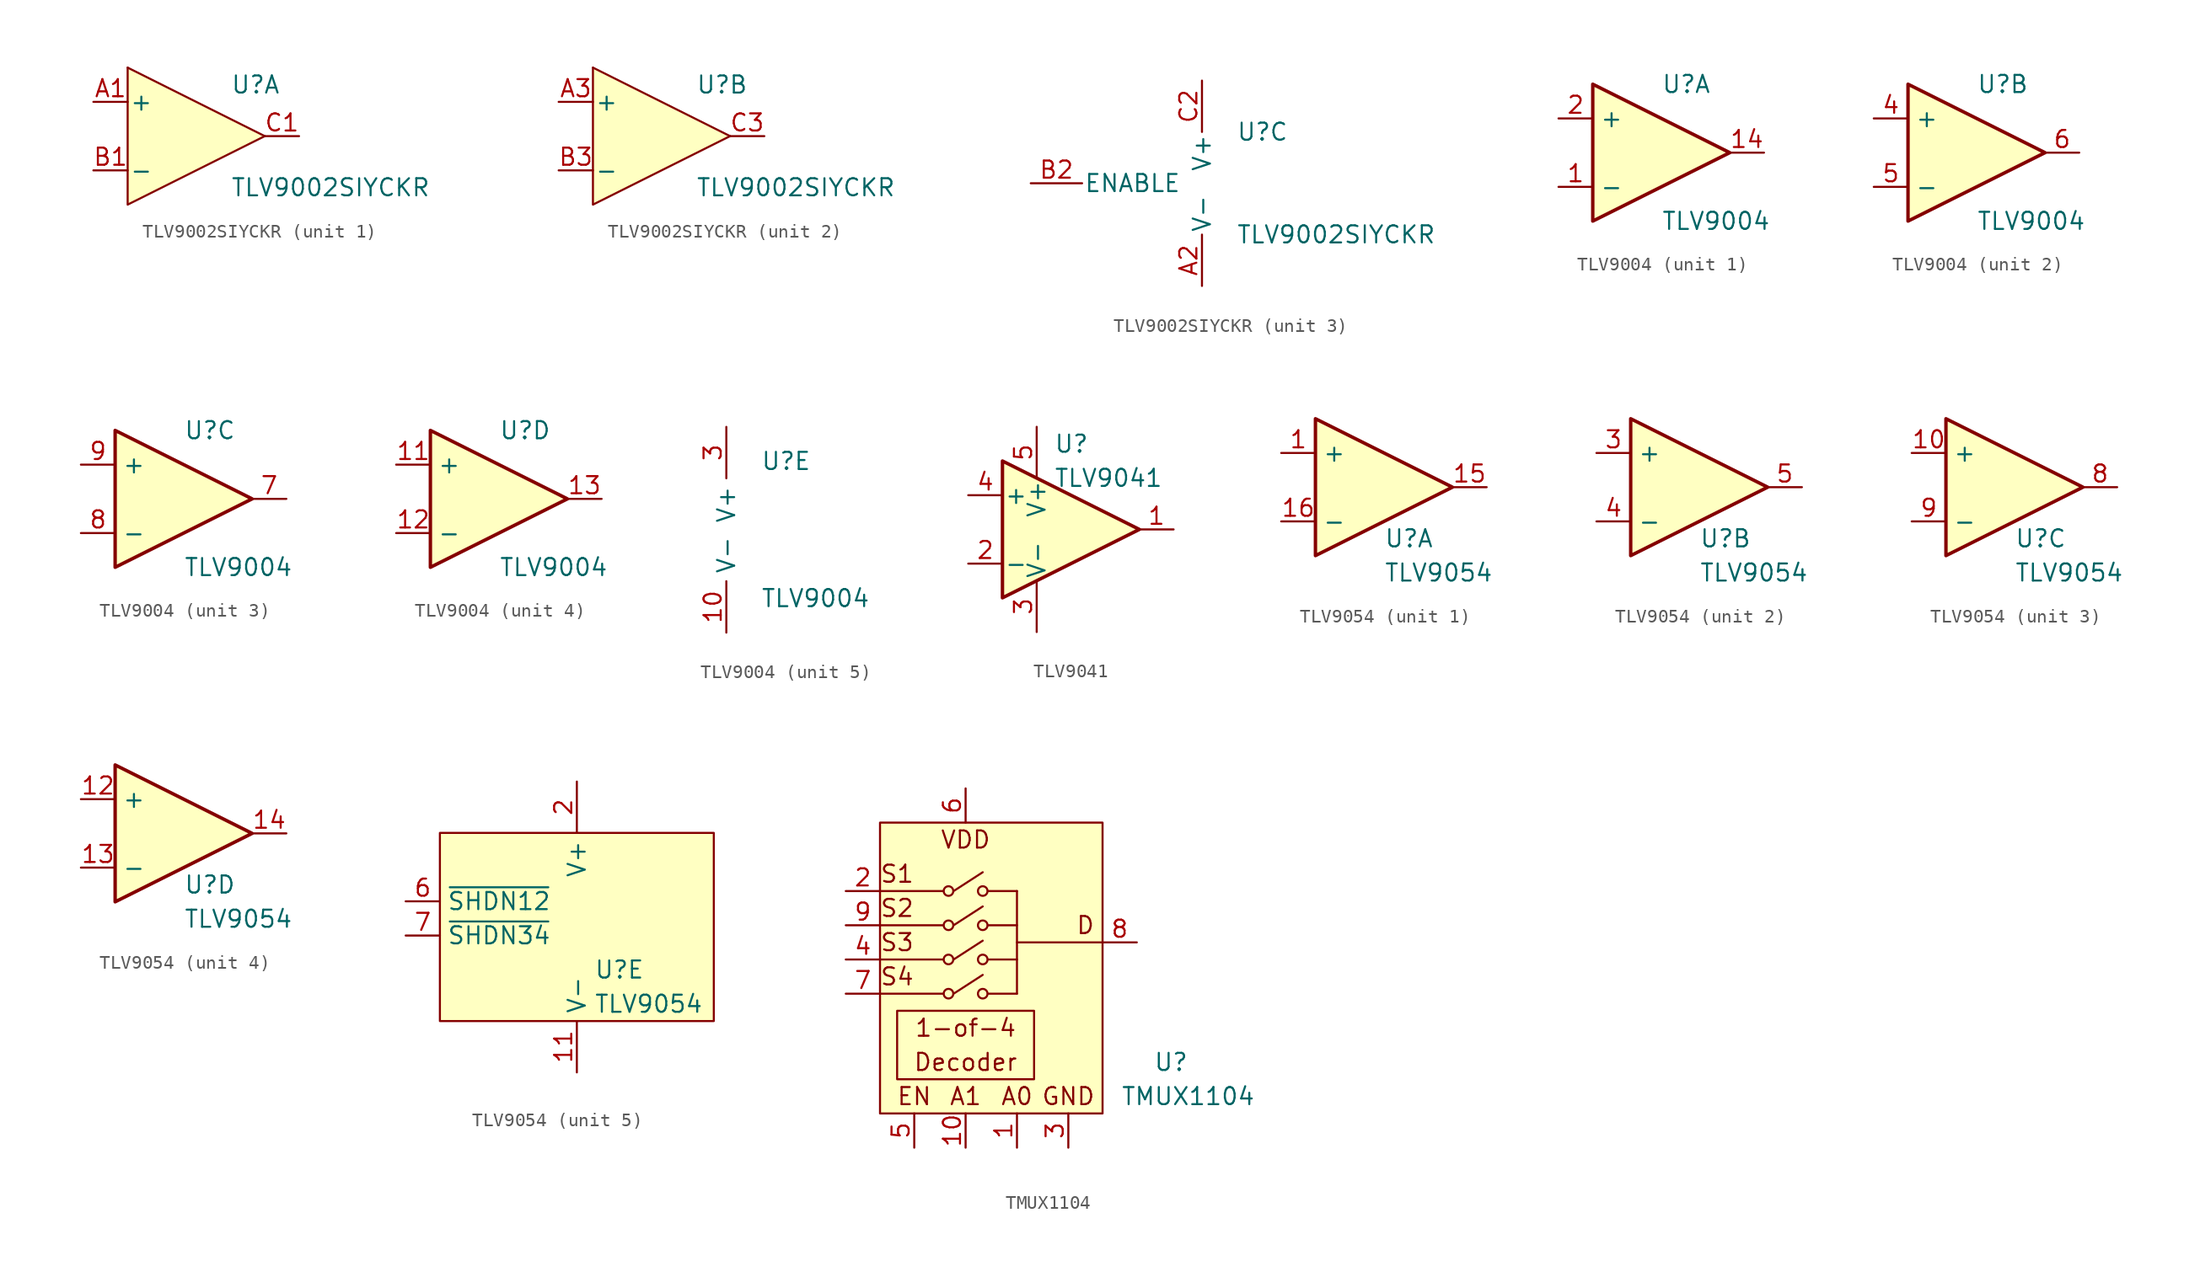
<source format=kicad_sym>
(kicad_symbol_lib
  (version 20220914)
  (generator kicad_symbol_editor)
  (symbol "TLV9002SIYCKR"
    (pin_names
      (offset 0.127))
    (property "Reference" "U"
      (at 2.54 3.81 0)
      (effects (font (size 1.27 1.27)) (justify left)))
    (property "Value" "TLV9002SIYCKR"
      (at 2.54 -3.81 0)
      (effects (font (size 1.27 1.27)) (justify left)))
    (property "ki_locked" ""
      (at 0 0 0)
      (effects (font (size 1.27 1.27))))
    (symbol "TLV9002SIYCKR_1_1"
      (polyline (pts (xy -5.08 5.08) (xy 5.08 0)) (stroke (width 0) (type solid)) (fill (type background)))
      (polyline (pts (xy -5.08 5.08) (xy -5.08 -5.08) (xy 5.08 0)) (stroke (width 0) (type solid)) (fill (type background)))
      (pin input line (at -7.62 2.54 0) (length 2.54) (name "+" (effects (font (size 1.27 1.27)))) (number "A1" (effects (font (size 1.27 1.27)))))
      (pin input line (at -7.62 -2.54 0) (length 2.54) (name "-" (effects (font (size 1.27 1.27)))) (number "B1" (effects (font (size 1.27 1.27)))))
      (pin output line (at 7.62 0 180) (length 2.54) (name "~" (effects (font (size 1.27 1.27)))) (number "C1" (effects (font (size 1.27 1.27))))))
    (symbol "TLV9002SIYCKR_2_1"
      (polyline (pts (xy -5.08 5.08) (xy 5.08 0)) (stroke (width 0) (type solid)) (fill (type background)))
      (polyline (pts (xy -5.08 5.08) (xy -5.08 -5.08) (xy 5.08 0)) (stroke (width 0) (type solid)) (fill (type background)))
      (pin input line (at -7.62 2.54 0) (length 2.54) (name "+" (effects (font (size 1.27 1.27)))) (number "A3" (effects (font (size 1.27 1.27)))))
      (pin input line (at -7.62 -2.54 0) (length 2.54) (name "-" (effects (font (size 1.27 1.27)))) (number "B3" (effects (font (size 1.27 1.27)))))
      (pin output line (at 7.62 0 180) (length 2.54) (name "~" (effects (font (size 1.27 1.27)))) (number "C3" (effects (font (size 1.27 1.27))))))
    (symbol "TLV9002SIYCKR_3_1"
      (pin power_in line (at 0 -7.62 90) (length 3.81) (name "V-" (effects (font (size 1.27 1.27)))) (number "A2" (effects (font (size 1.27 1.27)))))
      (pin input line (at -12.7 0 0) (length 3.81) (name "ENABLE" (effects (font (size 1.27 1.27)))) (number "B2" (effects (font (size 1.27 1.27)))))
      (pin power_in line (at 0 7.62 270) (length 3.81) (name "V+" (effects (font (size 1.27 1.27)))) (number "C2" (effects (font (size 1.27 1.27)))))))
  (symbol "TLV9004"
    (property "Reference" "U"
      (at 0 5.08 0)
      (effects (font (size 1.27 1.27)) (justify left)))
    (property "Value" "TLV9004"
      (at 0 -5.08 0)
      (effects (font (size 1.27 1.27)) (justify left)))
    (property "ki_locked" ""
      (at 0 0 0)
      (effects (font (size 1.27 1.27))))
    (symbol "TLV9004_1_1"
      (polyline (pts (xy -5.08 5.08) (xy 5.08 0) (xy -5.08 -5.08) (xy -5.08 5.08)) (stroke (width 0.254) (type solid)) (fill (type background)))
      (pin input line (at -7.62 -2.54 0) (length 2.54) (name "-" (effects (font (size 1.27 1.27)))) (number "1" (effects (font (size 1.27 1.27)))))
      (pin output line (at 7.62 0 180) (length 2.54) (name "~" (effects (font (size 1.27 1.27)))) (number "14" (effects (font (size 1.27 1.27)))))
      (pin input line (at -7.62 2.54 0) (length 2.54) (name "+" (effects (font (size 1.27 1.27)))) (number "2" (effects (font (size 1.27 1.27))))))
    (symbol "TLV9004_2_1"
      (polyline (pts (xy -5.08 5.08) (xy 5.08 0) (xy -5.08 -5.08) (xy -5.08 5.08)) (stroke (width 0.254) (type solid)) (fill (type background)))
      (pin input line (at -7.62 2.54 0) (length 2.54) (name "+" (effects (font (size 1.27 1.27)))) (number "4" (effects (font (size 1.27 1.27)))))
      (pin input line (at -7.62 -2.54 0) (length 2.54) (name "-" (effects (font (size 1.27 1.27)))) (number "5" (effects (font (size 1.27 1.27)))))
      (pin output line (at 7.62 0 180) (length 2.54) (name "~" (effects (font (size 1.27 1.27)))) (number "6" (effects (font (size 1.27 1.27))))))
    (symbol "TLV9004_3_1"
      (polyline (pts (xy -5.08 5.08) (xy 5.08 0) (xy -5.08 -5.08) (xy -5.08 5.08)) (stroke (width 0.254) (type solid)) (fill (type background)))
      (pin output line (at 7.62 0 180) (length 2.54) (name "~" (effects (font (size 1.27 1.27)))) (number "7" (effects (font (size 1.27 1.27)))))
      (pin input line (at -7.62 -2.54 0) (length 2.54) (name "-" (effects (font (size 1.27 1.27)))) (number "8" (effects (font (size 1.27 1.27)))))
      (pin input line (at -7.62 2.54 0) (length 2.54) (name "+" (effects (font (size 1.27 1.27)))) (number "9" (effects (font (size 1.27 1.27))))))
    (symbol "TLV9004_4_1"
      (polyline (pts (xy -5.08 5.08) (xy 5.08 0) (xy -5.08 -5.08) (xy -5.08 5.08)) (stroke (width 0.254) (type solid)) (fill (type background)))
      (pin input line (at -7.62 2.54 0) (length 2.54) (name "+" (effects (font (size 1.27 1.27)))) (number "11" (effects (font (size 1.27 1.27)))))
      (pin input line (at -7.62 -2.54 0) (length 2.54) (name "-" (effects (font (size 1.27 1.27)))) (number "12" (effects (font (size 1.27 1.27)))))
      (pin output line (at 7.62 0 180) (length 2.54) (name "~" (effects (font (size 1.27 1.27)))) (number "13" (effects (font (size 1.27 1.27))))))
    (symbol "TLV9004_5_1"
      (pin power_in line (at -2.54 -7.62 90) (length 3.81) (name "V-" (effects (font (size 1.27 1.27)))) (number "10" (effects (font (size 1.27 1.27)))))
      (pin power_in line (at -2.54 7.62 270) (length 3.81) (name "V+" (effects (font (size 1.27 1.27)))) (number "3" (effects (font (size 1.27 1.27)))))))
  (symbol "TLV9041"
    (pin_names
      (offset 0.127))
    (property "Reference" "U"
      (at -1.27 6.35 0)
      (effects (font (size 1.27 1.27)) (justify left)))
    (property "Value" "TLV9041"
      (at -1.27 3.81 0)
      (effects (font (size 1.27 1.27)) (justify left)))
    (symbol "TLV9041_0_1"
      (polyline (pts (xy -5.08 5.08) (xy 5.08 0) (xy -5.08 -5.08) (xy -5.08 5.08)) (stroke (width 0.254) (type solid)) (fill (type background)))
      (pin power_in line (at -2.54 -7.62 90) (length 3.81) (name "V-" (effects (font (size 1.27 1.27)))) (number "3" (effects (font (size 1.27 1.27)))))
      (pin power_in line (at -2.54 7.62 270) (length 3.81) (name "V+" (effects (font (size 1.27 1.27)))) (number "5" (effects (font (size 1.27 1.27))))))
    (symbol "TLV9041_1_1"
      (pin output line (at 7.62 0 180) (length 2.54) (name "~" (effects (font (size 1.27 1.27)))) (number "1" (effects (font (size 1.27 1.27)))))
      (pin input line (at -7.62 -2.54 0) (length 2.54) (name "-" (effects (font (size 1.27 1.27)))) (number "2" (effects (font (size 1.27 1.27)))))
      (pin input line (at -7.62 2.54 0) (length 2.54) (name "+" (effects (font (size 1.27 1.27)))) (number "4" (effects (font (size 1.27 1.27)))))))
  (symbol "TLV9054"
    (property "Reference" "U"
      (at 0 -3.81 0)
      (effects (font (size 1.27 1.27)) (justify left)))
    (property "Value" "TLV9054"
      (at 0 -6.35 0)
      (effects (font (size 1.27 1.27)) (justify left)))
    (property "ki_locked" ""
      (at 0 0 0)
      (effects (font (size 1.27 1.27))))
    (symbol "TLV9054_1_1"
      (polyline (pts (xy -5.08 5.08) (xy 5.08 0) (xy -5.08 -5.08) (xy -5.08 5.08)) (stroke (width 0.254) (type solid)) (fill (type background)))
      (pin input line (at -7.62 2.54 0) (length 2.54) (name "+" (effects (font (size 1.27 1.27)))) (number "1" (effects (font (size 1.27 1.27)))))
      (pin output line (at 7.62 0 180) (length 2.54) (name "~" (effects (font (size 1.27 1.27)))) (number "15" (effects (font (size 1.27 1.27)))))
      (pin input line (at -7.62 -2.54 0) (length 2.54) (name "-" (effects (font (size 1.27 1.27)))) (number "16" (effects (font (size 1.27 1.27))))))
    (symbol "TLV9054_2_1"
      (polyline (pts (xy -5.08 5.08) (xy 5.08 0) (xy -5.08 -5.08) (xy -5.08 5.08)) (stroke (width 0.254) (type solid)) (fill (type background)))
      (pin input line (at -7.62 2.54 0) (length 2.54) (name "+" (effects (font (size 1.27 1.27)))) (number "3" (effects (font (size 1.27 1.27)))))
      (pin input line (at -7.62 -2.54 0) (length 2.54) (name "-" (effects (font (size 1.27 1.27)))) (number "4" (effects (font (size 1.27 1.27)))))
      (pin output line (at 7.62 0 180) (length 2.54) (name "~" (effects (font (size 1.27 1.27)))) (number "5" (effects (font (size 1.27 1.27))))))
    (symbol "TLV9054_3_1"
      (polyline (pts (xy -5.08 5.08) (xy 5.08 0) (xy -5.08 -5.08) (xy -5.08 5.08)) (stroke (width 0.254) (type solid)) (fill (type background)))
      (pin input line (at -7.62 2.54 0) (length 2.54) (name "+" (effects (font (size 1.27 1.27)))) (number "10" (effects (font (size 1.27 1.27)))))
      (pin output line (at 7.62 0 180) (length 2.54) (name "~" (effects (font (size 1.27 1.27)))) (number "8" (effects (font (size 1.27 1.27)))))
      (pin input line (at -7.62 -2.54 0) (length 2.54) (name "-" (effects (font (size 1.27 1.27)))) (number "9" (effects (font (size 1.27 1.27))))))
    (symbol "TLV9054_4_1"
      (polyline (pts (xy -5.08 5.08) (xy 5.08 0) (xy -5.08 -5.08) (xy -5.08 5.08)) (stroke (width 0.254) (type solid)) (fill (type background)))
      (pin input line (at -7.62 2.54 0) (length 2.54) (name "+" (effects (font (size 1.27 1.27)))) (number "12" (effects (font (size 1.27 1.27)))))
      (pin input line (at -7.62 -2.54 0) (length 2.54) (name "-" (effects (font (size 1.27 1.27)))) (number "13" (effects (font (size 1.27 1.27)))))
      (pin output line (at 7.62 0 180) (length 2.54) (name "~" (effects (font (size 1.27 1.27)))) (number "14" (effects (font (size 1.27 1.27))))))
    (symbol "TLV9054_5_1"
      (rectangle (start -11.43 6.35) (end 8.89 -7.62) (stroke (width 0) (type solid)) (fill (type background)))
      (pin power_in line (at -1.27 -11.43 90) (length 3.81) (name "V-" (effects (font (size 1.27 1.27)))) (number "11" (effects (font (size 1.27 1.27)))))
      (pin passive line (at -1.27 -11.43 90) (length 3.81) hide (name "EP" (effects (font (size 1.016 1.016)))) (number "17" (effects (font (size 1.016 1.016)))))
      (pin power_in line (at -1.27 10.16 270) (length 3.81) (name "V+" (effects (font (size 1.27 1.27)))) (number "2" (effects (font (size 1.27 1.27)))))
      (pin input line (at -13.97 1.27 0) (length 2.54) (name "~{SHDN12}" (effects (font (size 1.27 1.27)))) (number "6" (effects (font (size 1.27 1.27)))))
      (pin input line (at -13.97 -1.27 0) (length 2.54) (name "~{SHDN34}" (effects (font (size 1.27 1.27)))) (number "7" (effects (font (size 1.27 1.27)))))))
  (symbol "TMUX1104"
    (pin_names
      (offset 1.016))
    (property "Reference" "U"
      (at 15.24 -8.89 0)
      (effects (font (size 1.27 1.27))))
    (property "Value" "TMUX1104"
      (at 16.51 -11.43 0)
      (effects (font (size 1.27 1.27))))
    (symbol "TMUX1104_0_0"
      (rectangle (start -6.35 8.89) (end 10.16 -12.7) (stroke (width 0) (type solid)) (fill (type background)))
      (rectangle (start -5.08 -5.08) (end 5.08 -10.16) (stroke (width 0) (type solid)) (fill (type none)))
      (circle (center -1.27 3.81) (radius 0.356) (stroke (width 0) (type solid)) (fill (type none)))
      (polyline (pts (xy -6.35 3.81) (xy -1.651 3.81)) (stroke (width 0) (type solid)) (fill (type none)))
      (polyline (pts (xy -0.889 3.81) (xy 1.27 5.207)) (stroke (width 0) (type solid)) (fill (type none)))
      (polyline (pts (xy 1.651 3.81) (xy 3.81 3.81)) (stroke (width 0) (type solid)) (fill (type none)))
      (polyline (pts (xy 3.81 0) (xy 10.16 0)) (stroke (width 0) (type solid)) (fill (type none)))
      (polyline (pts (xy 3.81 3.81) (xy 3.81 -3.81)) (stroke (width 0) (type solid)) (fill (type none)))
      (circle (center 1.27 3.81) (radius 0.356) (stroke (width 0) (type solid)) (fill (type none)))
      (text "1-of-4" (at 0 -6.35 0) (effects (font (size 1.27 1.27))))
      (text "A0" (at 3.81 -11.43 0) (effects (font (size 1.27 1.27))))
      (text "A1" (at 0 -11.43 0) (effects (font (size 1.27 1.27))))
      (text "D" (at 8.89 1.27 0) (effects (font (size 1.27 1.27))))
      (text "Decoder" (at 0 -8.89 0) (effects (font (size 1.27 1.27))))
      (text "EN" (at -3.81 -11.43 0) (effects (font (size 1.27 1.27))))
      (text "GND" (at 7.62 -11.43 0) (effects (font (size 1.27 1.27))))
      (text "S1" (at -5.08 5.08 0) (effects (font (size 1.27 1.27))))
      (text "S2" (at -5.08 2.54 0) (effects (font (size 1.27 1.27))))
      (text "S3" (at -5.08 0 0) (effects (font (size 1.27 1.27))))
      (text "S4" (at -5.08 -2.54 0) (effects (font (size 1.27 1.27))))
      (text "VDD" (at 0 7.62 0) (effects (font (size 1.27 1.27)))))
    (symbol "TMUX1104_1_1"
      (circle (center -1.27 -3.81) (radius 0.356) (stroke (width 0) (type solid)) (fill (type none)))
      (circle (center -1.27 -1.27) (radius 0.356) (stroke (width 0) (type solid)) (fill (type none)))
      (circle (center -1.27 1.27) (radius 0.356) (stroke (width 0) (type solid)) (fill (type none)))
      (polyline (pts (xy -6.35 -3.81) (xy -1.651 -3.81)) (stroke (width 0) (type solid)) (fill (type none)))
      (polyline (pts (xy -6.35 -1.27) (xy -1.651 -1.27)) (stroke (width 0) (type solid)) (fill (type none)))
      (polyline (pts (xy -6.35 1.27) (xy -1.651 1.27)) (stroke (width 0) (type solid)) (fill (type none)))
      (polyline (pts (xy -0.889 -3.81) (xy 1.27 -2.413)) (stroke (width 0) (type solid)) (fill (type none)))
      (polyline (pts (xy -0.889 -1.27) (xy 1.27 0.127)) (stroke (width 0) (type solid)) (fill (type none)))
      (polyline (pts (xy -0.889 1.27) (xy 1.27 2.667)) (stroke (width 0) (type solid)) (fill (type none)))
      (polyline (pts (xy 1.651 -3.81) (xy 3.81 -3.81)) (stroke (width 0) (type solid)) (fill (type none)))
      (polyline (pts (xy 1.651 -1.27) (xy 3.81 -1.27)) (stroke (width 0) (type solid)) (fill (type none)))
      (polyline (pts (xy 1.651 1.27) (xy 3.81 1.27)) (stroke (width 0) (type solid)) (fill (type none)))
      (circle (center 1.27 -3.81) (radius 0.356) (stroke (width 0) (type solid)) (fill (type none)))
      (circle (center 1.27 -1.27) (radius 0.356) (stroke (width 0) (type solid)) (fill (type none)))
      (circle (center 1.27 1.27) (radius 0.356) (stroke (width 0) (type solid)) (fill (type none)))
      (pin input line (at 3.81 -15.24 90) (length 2.54) (name "A0" (effects (font (size 0 0)))) (number "1" (effects (font (size 1.27 1.27)))))
      (pin input line (at 0 -15.24 90) (length 2.54) (name "A1" (effects (font (size 0 0)))) (number "10" (effects (font (size 1.27 1.27)))))
      (pin bidirectional line (at -8.89 3.81 0) (length 2.54) (name "S1" (effects (font (size 0 0)))) (number "2" (effects (font (size 1.27 1.27)))))
      (pin power_in line (at 7.62 -15.24 90) (length 2.54) (name "GND" (effects (font (size 0 0)))) (number "3" (effects (font (size 1.27 1.27)))))
      (pin bidirectional line (at -8.89 -1.27 0) (length 2.54) (name "S3" (effects (font (size 0 0)))) (number "4" (effects (font (size 1.27 1.27)))))
      (pin input line (at -3.81 -15.24 90) (length 2.54) (name "EN" (effects (font (size 0 0)))) (number "5" (effects (font (size 1.27 1.27)))))
      (pin power_in line (at 0 11.43 270) (length 2.54) (name "VDD" (effects (font (size 0 0)))) (number "6" (effects (font (size 1.27 1.27)))))
      (pin bidirectional line (at -8.89 -3.81 0) (length 2.54) (name "S4" (effects (font (size 0 0)))) (number "7" (effects (font (size 1.27 1.27)))))
      (pin bidirectional line (at 12.7 0 180) (length 2.54) (name "D" (effects (font (size 0 0)))) (number "8" (effects (font (size 1.27 1.27)))))
      (pin bidirectional line (at -8.89 1.27 0) (length 2.54) (name "S2" (effects (font (size 0 0)))) (number "9" (effects (font (size 1.27 1.27))))))))
</source>
